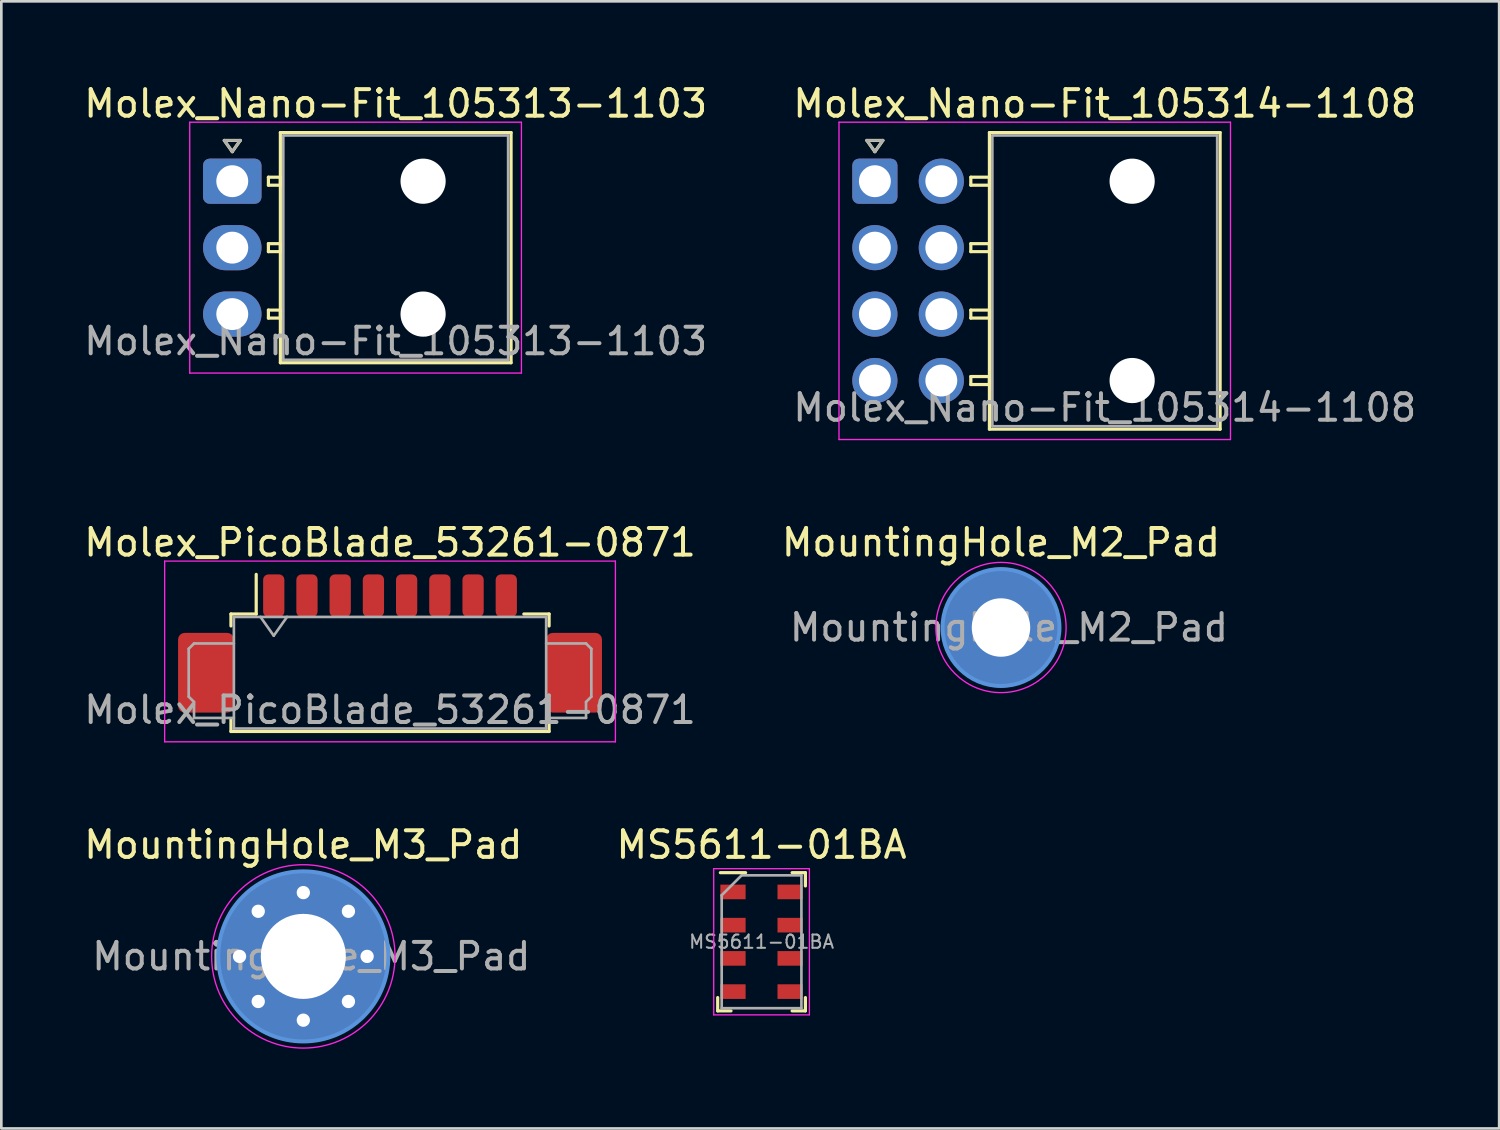
<source format=kicad_pcb>
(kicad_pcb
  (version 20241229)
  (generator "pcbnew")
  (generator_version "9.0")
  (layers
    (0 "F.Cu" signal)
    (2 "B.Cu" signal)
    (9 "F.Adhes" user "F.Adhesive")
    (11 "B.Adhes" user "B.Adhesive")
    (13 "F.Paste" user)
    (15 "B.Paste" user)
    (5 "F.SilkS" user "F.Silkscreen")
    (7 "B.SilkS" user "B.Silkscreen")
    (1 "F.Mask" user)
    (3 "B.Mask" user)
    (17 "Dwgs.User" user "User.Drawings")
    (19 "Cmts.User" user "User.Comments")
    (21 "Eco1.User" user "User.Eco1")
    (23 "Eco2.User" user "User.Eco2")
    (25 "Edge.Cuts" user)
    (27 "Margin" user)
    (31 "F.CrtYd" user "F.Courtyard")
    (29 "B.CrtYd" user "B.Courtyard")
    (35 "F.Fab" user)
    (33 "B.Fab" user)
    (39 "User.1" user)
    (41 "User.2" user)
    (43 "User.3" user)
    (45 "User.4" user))
  (footprint "MS5611-01BA"
    (layer "F.Cu")
    (at 25.604 32.385)
    (property "Reference" "MS5611-01BA" (at 0 -3.65 0) (layer "F.SilkS") (effects (font (size 1 1) (thickness 0.15))))
    (attr smd)
    (fp_line (start -1.65 2.6) (end -1.65 2.1) (stroke (width 0.12) (type solid)) (layer "F.SilkS"))
    (fp_line (start -1.55 -2.6) (end -0.6 -2.6) (stroke (width 0.12) (type solid)) (layer "F.SilkS"))
    (fp_line (start -1.15 2.6) (end -1.65 2.6) (stroke (width 0.12) (type solid)) (layer "F.SilkS"))
    (fp_line (start 1.15 -2.6) (end 1.65 -2.6) (stroke (width 0.12) (type solid)) (layer "F.SilkS"))
    (fp_line (start 1.65 -2.6) (end 1.65 -2.1) (stroke (width 0.12) (type solid)) (layer "F.SilkS"))
    (fp_line (start 1.65 2.1) (end 1.65 2.6) (stroke (width 0.12) (type solid)) (layer "F.SilkS"))
    (fp_line (start 1.65 2.6) (end 1.15 2.6) (stroke (width 0.12) (type solid)) (layer "F.SilkS"))
    (fp_line (start -1.8 -2.75) (end -1.8 2.75) (stroke (width 0.05) (type solid)) (layer "F.CrtYd"))
    (fp_line (start -1.8 -2.75) (end 1.8 -2.75) (stroke (width 0.05) (type solid)) (layer "F.CrtYd"))
    (fp_line (start 1.8 2.75) (end -1.8 2.75) (stroke (width 0.05) (type solid)) (layer "F.CrtYd"))
    (fp_line (start 1.8 2.75) (end 1.8 -2.75) (stroke (width 0.05) (type solid)) (layer "F.CrtYd"))
    (fp_line (start -1.5 -1.75) (end -0.75 -2.5) (stroke (width 0.1) (type solid)) (layer "F.Fab"))
    (fp_line (start -1.5 2.5) (end -1.5 -1.75) (stroke (width 0.1) (type solid)) (layer "F.Fab"))
    (fp_line (start -0.75 -2.5) (end 1.5 -2.5) (stroke (width 0.1) (type solid)) (layer "F.Fab"))
    (fp_line (start 1.5 -2.5) (end 1.5 2.5) (stroke (width 0.1) (type solid)) (layer "F.Fab"))
    (fp_line (start 1.5 2.5) (end -1.5 2.5) (stroke (width 0.1) (type solid)) (layer "F.Fab"))
    (fp_text user "${REFERENCE}" (at 0 0 0) (layer "F.Fab") (effects (font (size 0.5 0.5) (thickness 0.075))))
    (pad "1" smd rect (at -1.075 -1.875) (size 0.95 0.55) (layers "F.Cu" "F.Mask" "F.Paste"))
    (pad "2" smd rect (at -1.075 -0.625) (size 0.95 0.55) (layers "F.Cu" "F.Mask" "F.Paste"))
    (pad "3" smd rect (at -1.075 0.625) (size 0.95 0.55) (layers "F.Cu" "F.Mask" "F.Paste"))
    (pad "4" smd rect (at -1.075 1.875) (size 0.95 0.55) (layers "F.Cu" "F.Mask" "F.Paste"))
    (pad "5" smd rect (at 1.075 1.875) (size 0.95 0.55) (layers "F.Cu" "F.Mask" "F.Paste"))
    (pad "6" smd rect (at 1.075 0.625) (size 0.95 0.55) (layers "F.Cu" "F.Mask" "F.Paste"))
    (pad "7" smd rect (at 1.075 -0.625) (size 0.95 0.55) (layers "F.Cu" "F.Mask" "F.Paste"))
    (pad "8" smd rect (at 1.075 -1.875) (size 0.95 0.55) (layers "F.Cu" "F.Mask" "F.Paste")))
  (footprint "Molex_Nano-Fit_105313-1103"
    (layer "F.Cu")
    (at 5.689 3.768)
    (property "Reference" "Molex_Nano-Fit_105313-1103" (at 6.15 -2.92 0) (layer "F.SilkS") (effects (font (size 1 1) (thickness 0.15))))
    (attr through_hole)
    (fp_line (start -0.3 -1.534) (end 0 -1.11) (stroke (width 0.12) (type solid)) (layer "F.SilkS"))
    (fp_line (start 0 -1.11) (end 0.3 -1.534) (stroke (width 0.12) (type solid)) (layer "F.SilkS"))
    (fp_line (start 0.3 -1.534) (end -0.3 -1.534) (stroke (width 0.12) (type solid)) (layer "F.SilkS"))
    (fp_line (start 1.36 -0.15) (end 1.36 0.15) (stroke (width 0.12) (type solid)) (layer "F.SilkS"))
    (fp_line (start 1.36 0.15) (end 1.81 0.15) (stroke (width 0.12) (type solid)) (layer "F.SilkS"))
    (fp_line (start 1.36 2.35) (end 1.36 2.65) (stroke (width 0.12) (type solid)) (layer "F.SilkS"))
    (fp_line (start 1.36 2.65) (end 1.81 2.65) (stroke (width 0.12) (type solid)) (layer "F.SilkS"))
    (fp_line (start 1.36 4.85) (end 1.36 5.15) (stroke (width 0.12) (type solid)) (layer "F.SilkS"))
    (fp_line (start 1.36 5.15) (end 1.81 5.15) (stroke (width 0.12) (type solid)) (layer "F.SilkS"))
    (fp_line (start 1.81 -1.83) (end 1.81 6.83) (stroke (width 0.12) (type solid)) (layer "F.SilkS"))
    (fp_line (start 1.81 -0.15) (end 1.36 -0.15) (stroke (width 0.12) (type solid)) (layer "F.SilkS"))
    (fp_line (start 1.81 0.15) (end 1.81 -0.15) (stroke (width 0.12) (type solid)) (layer "F.SilkS"))
    (fp_line (start 1.81 2.35) (end 1.36 2.35) (stroke (width 0.12) (type solid)) (layer "F.SilkS"))
    (fp_line (start 1.81 2.65) (end 1.81 2.35) (stroke (width 0.12) (type solid)) (layer "F.SilkS"))
    (fp_line (start 1.81 4.85) (end 1.36 4.85) (stroke (width 0.12) (type solid)) (layer "F.SilkS"))
    (fp_line (start 1.81 5.15) (end 1.81 4.85) (stroke (width 0.12) (type solid)) (layer "F.SilkS"))
    (fp_line (start 1.81 6.83) (end 10.49 6.83) (stroke (width 0.12) (type solid)) (layer "F.SilkS"))
    (fp_line (start 10.49 -1.83) (end 1.81 -1.83) (stroke (width 0.12) (type solid)) (layer "F.SilkS"))
    (fp_line (start 10.49 6.83) (end 10.49 -1.83) (stroke (width 0.12) (type solid)) (layer "F.SilkS"))
    (fp_line (start -1.6 -2.22) (end -1.6 7.22) (stroke (width 0.05) (type solid)) (layer "F.CrtYd"))
    (fp_line (start -1.6 7.22) (end 10.88 7.22) (stroke (width 0.05) (type solid)) (layer "F.CrtYd"))
    (fp_line (start 10.88 -2.22) (end -1.6 -2.22) (stroke (width 0.05) (type solid)) (layer "F.CrtYd"))
    (fp_line (start 10.88 7.22) (end 10.88 -2.22) (stroke (width 0.05) (type solid)) (layer "F.CrtYd"))
    (fp_line (start -0.3 -1.534) (end 0 -1.11) (stroke (width 0.1) (type solid)) (layer "F.Fab"))
    (fp_line (start 0 -1.11) (end 0.3 -1.534) (stroke (width 0.1) (type solid)) (layer "F.Fab"))
    (fp_line (start 0.3 -1.534) (end -0.3 -1.534) (stroke (width 0.1) (type solid)) (layer "F.Fab"))
    (fp_line (start 1.92 -1.72) (end 1.92 6.72) (stroke (width 0.1) (type solid)) (layer "F.Fab"))
    (fp_line (start 1.92 6.72) (end 10.38 6.72) (stroke (width 0.1) (type solid)) (layer "F.Fab"))
    (fp_line (start 10.38 -1.72) (end 1.92 -1.72) (stroke (width 0.1) (type solid)) (layer "F.Fab"))
    (fp_line (start 10.38 6.72) (end 10.38 -1.72) (stroke (width 0.1) (type solid)) (layer "F.Fab"))
    (fp_text user "${REFERENCE}" (at 6.15 6.02 0) (layer "F.Fab") (effects (font (size 1 1) (thickness 0.15))))
    (pad "" np_thru_hole circle (at 7.18 0) (size 1.7 1.7) (drill 1.7) (layers "*.Cu" "*.Mask"))
    (pad "" np_thru_hole circle (at 7.18 5) (size 1.7 1.7) (drill 1.7) (layers "*.Cu" "*.Mask"))
    (pad "1" thru_hole roundrect (at 0 0) (size 2.2 1.7) (drill 1.2) (layers "*.Cu" "*.Mask") (roundrect_rratio 0.147))
    (pad "2" thru_hole oval (at 0 2.5) (size 2.2 1.7) (drill 1.2) (layers "*.Cu" "*.Mask"))
    (pad "3" thru_hole oval (at 0 5) (size 2.2 1.7) (drill 1.2) (layers "*.Cu" "*.Mask")))
  (footprint "MountingHole_M3_Pad"
    (layer "F.Cu")
    (at 8.363 32.935)
    (property "Reference" "MountingHole_M3_Pad" (at 0 -4.2 0) (layer "F.SilkS") (effects (font (size 1 1) (thickness 0.15))))
    (attr exclude_from_pos_files exclude_from_bom)
    (fp_circle (center 0 0) (end 3.2 0) (stroke (width 0.15) (type solid)) (fill no) (layer "Cmts.User"))
    (fp_circle (center 0 0) (end 3.45 0) (stroke (width 0.05) (type solid)) (fill no) (layer "F.CrtYd"))
    (fp_text user "${REFERENCE}" (at 0.3 0 0) (layer "F.Fab") (effects (font (size 1 1) (thickness 0.15))))
    (pad "1" thru_hole circle (at -2.4 0) (size 0.8 0.8) (drill 0.5) (layers "*.Cu" "*.Mask"))
    (pad "1" thru_hole circle (at -1.697 -1.697) (size 0.8 0.8) (drill 0.5) (layers "*.Cu" "*.Mask"))
    (pad "1" thru_hole circle (at -1.697 1.697) (size 0.8 0.8) (drill 0.5) (layers "*.Cu" "*.Mask"))
    (pad "1" thru_hole circle (at 0 -2.4) (size 0.8 0.8) (drill 0.5) (layers "*.Cu" "*.Mask"))
    (pad "1" thru_hole circle (at 0 0) (size 6.4 6.4) (drill 3.2) (layers "*.Cu" "*.Mask"))
    (pad "1" thru_hole circle (at 0 2.4) (size 0.8 0.8) (drill 0.5) (layers "*.Cu" "*.Mask"))
    (pad "1" thru_hole circle (at 1.697 -1.697) (size 0.8 0.8) (drill 0.5) (layers "*.Cu" "*.Mask"))
    (pad "1" thru_hole circle (at 1.697 1.697) (size 0.8 0.8) (drill 0.5) (layers "*.Cu" "*.Mask"))
    (pad "1" thru_hole circle (at 2.4 0) (size 0.8 0.8) (drill 0.5) (layers "*.Cu" "*.Mask")))
  (footprint "MountingHole_M2_Pad"
    (layer "F.Cu")
    (at 34.613 20.561)
    (property "Reference" "MountingHole_M2_Pad" (at 0 -3.2 0) (layer "F.SilkS") (effects (font (size 1 1) (thickness 0.15))))
    (attr exclude_from_pos_files exclude_from_bom)
    (fp_circle (center 0 0) (end 2.2 0) (stroke (width 0.15) (type solid)) (fill no) (layer "Cmts.User"))
    (fp_circle (center 0 0) (end 2.45 0) (stroke (width 0.05) (type solid)) (fill no) (layer "F.CrtYd"))
    (fp_text user "${REFERENCE}" (at 0.3 0 0) (layer "F.Fab") (effects (font (size 1 1) (thickness 0.15))))
    (pad "1" thru_hole circle (at 0 0) (size 4.4 4.4) (drill 2.2) (layers "*.Cu" "*.Mask")))
  (footprint "Molex_PicoBlade_53261-0871"
    (layer "F.Cu")
    (at 11.625 21.762)
    (property "Reference" "Molex_PicoBlade_53261-0871" (at 0 -4.4 0) (layer "F.SilkS") (effects (font (size 1 1) (thickness 0.15))))
    (attr smd)
    (fp_line (start -5.985 -1.71) (end -5.035 -1.71) (stroke (width 0.12) (type solid)) (layer "F.SilkS"))
    (fp_line (start -5.985 -1.26) (end -5.985 -1.71) (stroke (width 0.12) (type solid)) (layer "F.SilkS"))
    (fp_line (start -5.985 2.26) (end -5.985 2.71) (stroke (width 0.12) (type solid)) (layer "F.SilkS"))
    (fp_line (start -5.985 2.71) (end 5.985 2.71) (stroke (width 0.12) (type solid)) (layer "F.SilkS"))
    (fp_line (start -5.035 -1.71) (end -5.035 -3.2) (stroke (width 0.12) (type solid)) (layer "F.SilkS"))
    (fp_line (start 5.985 -1.71) (end 5.035 -1.71) (stroke (width 0.12) (type solid)) (layer "F.SilkS"))
    (fp_line (start 5.985 -1.26) (end 5.985 -1.71) (stroke (width 0.12) (type solid)) (layer "F.SilkS"))
    (fp_line (start 5.985 2.71) (end 5.985 2.26) (stroke (width 0.12) (type solid)) (layer "F.SilkS"))
    (fp_line (start -8.48 -3.7) (end -8.48 3.1) (stroke (width 0.05) (type solid)) (layer "F.CrtYd"))
    (fp_line (start -8.48 3.1) (end 8.48 3.1) (stroke (width 0.05) (type solid)) (layer "F.CrtYd"))
    (fp_line (start 8.48 -3.7) (end -8.48 -3.7) (stroke (width 0.05) (type solid)) (layer "F.CrtYd"))
    (fp_line (start 8.48 3.1) (end 8.48 -3.7) (stroke (width 0.05) (type solid)) (layer "F.CrtYd"))
    (fp_line (start -7.575 -0.4) (end -7.575 1.4) (stroke (width 0.1) (type solid)) (layer "F.Fab"))
    (fp_line (start -7.575 1.4) (end -7.375 1.6) (stroke (width 0.1) (type solid)) (layer "F.Fab"))
    (fp_line (start -7.375 -0.6) (end -7.575 -0.4) (stroke (width 0.1) (type solid)) (layer "F.Fab"))
    (fp_line (start -7.375 1.6) (end -7.375 2.2) (stroke (width 0.1) (type solid)) (layer "F.Fab"))
    (fp_line (start -7.375 2.2) (end -5.875 2.2) (stroke (width 0.1) (type solid)) (layer "F.Fab"))
    (fp_line (start -5.875 -1.6) (end -5.875 2.6) (stroke (width 0.1) (type solid)) (layer "F.Fab"))
    (fp_line (start -5.875 -1.6) (end 5.875 -1.6) (stroke (width 0.1) (type solid)) (layer "F.Fab"))
    (fp_line (start -5.875 -0.6) (end -7.375 -0.6) (stroke (width 0.1) (type solid)) (layer "F.Fab"))
    (fp_line (start -5.875 2.6) (end 5.875 2.6) (stroke (width 0.1) (type solid)) (layer "F.Fab"))
    (fp_line (start -4.875 -1.6) (end -4.375 -0.893) (stroke (width 0.1) (type solid)) (layer "F.Fab"))
    (fp_line (start -4.375 -0.893) (end -3.875 -1.6) (stroke (width 0.1) (type solid)) (layer "F.Fab"))
    (fp_line (start 5.875 -1.6) (end 5.875 2.6) (stroke (width 0.1) (type solid)) (layer "F.Fab"))
    (fp_line (start 5.875 -0.6) (end 7.375 -0.6) (stroke (width 0.1) (type solid)) (layer "F.Fab"))
    (fp_line (start 7.375 -0.6) (end 7.575 -0.4) (stroke (width 0.1) (type solid)) (layer "F.Fab"))
    (fp_line (start 7.375 1.6) (end 7.375 2.2) (stroke (width 0.1) (type solid)) (layer "F.Fab"))
    (fp_line (start 7.375 2.2) (end 5.875 2.2) (stroke (width 0.1) (type solid)) (layer "F.Fab"))
    (fp_line (start 7.575 -0.4) (end 7.575 1.4) (stroke (width 0.1) (type solid)) (layer "F.Fab"))
    (fp_line (start 7.575 1.4) (end 7.375 1.6) (stroke (width 0.1) (type solid)) (layer "F.Fab"))
    (fp_text user "${REFERENCE}" (at 0 1.9 0) (layer "F.Fab") (effects (font (size 1 1) (thickness 0.15))))
    (pad "1" smd roundrect (at -4.375 -2.4) (size 0.8 1.6) (layers "F.Cu" "F.Mask" "F.Paste") (roundrect_rratio 0.25))
    (pad "2" smd roundrect (at -3.125 -2.4) (size 0.8 1.6) (layers "F.Cu" "F.Mask" "F.Paste") (roundrect_rratio 0.25))
    (pad "3" smd roundrect (at -1.875 -2.4) (size 0.8 1.6) (layers "F.Cu" "F.Mask" "F.Paste") (roundrect_rratio 0.25))
    (pad "4" smd roundrect (at -0.625 -2.4) (size 0.8 1.6) (layers "F.Cu" "F.Mask" "F.Paste") (roundrect_rratio 0.25))
    (pad "5" smd roundrect (at 0.625 -2.4) (size 0.8 1.6) (layers "F.Cu" "F.Mask" "F.Paste") (roundrect_rratio 0.25))
    (pad "6" smd roundrect (at 1.875 -2.4) (size 0.8 1.6) (layers "F.Cu" "F.Mask" "F.Paste") (roundrect_rratio 0.25))
    (pad "7" smd roundrect (at 3.125 -2.4) (size 0.8 1.6) (layers "F.Cu" "F.Mask" "F.Paste") (roundrect_rratio 0.25))
    (pad "8" smd roundrect (at 4.375 -2.4) (size 0.8 1.6) (layers "F.Cu" "F.Mask" "F.Paste") (roundrect_rratio 0.25))
    (pad "MP" smd roundrect (at -6.925 0.5) (size 2.1 3) (layers "F.Cu" "F.Mask" "F.Paste") (roundrect_rratio 0.119))
    (pad "MP" smd roundrect (at 6.925 0.5) (size 2.1 3) (layers "F.Cu" "F.Mask" "F.Paste") (roundrect_rratio 0.119)))
  (footprint "Molex_Nano-Fit_105314-1108"
    (layer "F.Cu")
    (at 29.868 3.768)
    (property "Reference" "Molex_Nano-Fit_105314-1108" (at 8.65 -2.92 0) (layer "F.SilkS") (effects (font (size 1 1) (thickness 0.15))))
    (attr through_hole)
    (fp_line (start -0.3 -1.534) (end 0 -1.11) (stroke (width 0.12) (type solid)) (layer "F.SilkS"))
    (fp_line (start 0 -1.11) (end 0.3 -1.534) (stroke (width 0.12) (type solid)) (layer "F.SilkS"))
    (fp_line (start 0.3 -1.534) (end -0.3 -1.534) (stroke (width 0.12) (type solid)) (layer "F.SilkS"))
    (fp_line (start 3.61 -0.15) (end 3.61 0.15) (stroke (width 0.12) (type solid)) (layer "F.SilkS"))
    (fp_line (start 3.61 0.15) (end 4.31 0.15) (stroke (width 0.12) (type solid)) (layer "F.SilkS"))
    (fp_line (start 3.61 2.35) (end 3.61 2.65) (stroke (width 0.12) (type solid)) (layer "F.SilkS"))
    (fp_line (start 3.61 2.65) (end 4.31 2.65) (stroke (width 0.12) (type solid)) (layer "F.SilkS"))
    (fp_line (start 3.61 4.85) (end 3.61 5.15) (stroke (width 0.12) (type solid)) (layer "F.SilkS"))
    (fp_line (start 3.61 5.15) (end 4.31 5.15) (stroke (width 0.12) (type solid)) (layer "F.SilkS"))
    (fp_line (start 3.61 7.35) (end 3.61 7.65) (stroke (width 0.12) (type solid)) (layer "F.SilkS"))
    (fp_line (start 3.61 7.65) (end 4.31 7.65) (stroke (width 0.12) (type solid)) (layer "F.SilkS"))
    (fp_line (start 4.31 -1.83) (end 4.31 9.33) (stroke (width 0.12) (type solid)) (layer "F.SilkS"))
    (fp_line (start 4.31 -0.15) (end 3.61 -0.15) (stroke (width 0.12) (type solid)) (layer "F.SilkS"))
    (fp_line (start 4.31 0.15) (end 4.31 -0.15) (stroke (width 0.12) (type solid)) (layer "F.SilkS"))
    (fp_line (start 4.31 2.35) (end 3.61 2.35) (stroke (width 0.12) (type solid)) (layer "F.SilkS"))
    (fp_line (start 4.31 2.65) (end 4.31 2.35) (stroke (width 0.12) (type solid)) (layer "F.SilkS"))
    (fp_line (start 4.31 4.85) (end 3.61 4.85) (stroke (width 0.12) (type solid)) (layer "F.SilkS"))
    (fp_line (start 4.31 5.15) (end 4.31 4.85) (stroke (width 0.12) (type solid)) (layer "F.SilkS"))
    (fp_line (start 4.31 7.35) (end 3.61 7.35) (stroke (width 0.12) (type solid)) (layer "F.SilkS"))
    (fp_line (start 4.31 7.65) (end 4.31 7.35) (stroke (width 0.12) (type solid)) (layer "F.SilkS"))
    (fp_line (start 4.31 9.33) (end 12.99 9.33) (stroke (width 0.12) (type solid)) (layer "F.SilkS"))
    (fp_line (start 12.99 -1.83) (end 4.31 -1.83) (stroke (width 0.12) (type solid)) (layer "F.SilkS"))
    (fp_line (start 12.99 9.33) (end 12.99 -1.83) (stroke (width 0.12) (type solid)) (layer "F.SilkS"))
    (fp_line (start -1.35 -2.22) (end -1.35 9.72) (stroke (width 0.05) (type solid)) (layer "F.CrtYd"))
    (fp_line (start -1.35 9.72) (end 13.38 9.72) (stroke (width 0.05) (type solid)) (layer "F.CrtYd"))
    (fp_line (start 13.38 -2.22) (end -1.35 -2.22) (stroke (width 0.05) (type solid)) (layer "F.CrtYd"))
    (fp_line (start 13.38 9.72) (end 13.38 -2.22) (stroke (width 0.05) (type solid)) (layer "F.CrtYd"))
    (fp_line (start -0.3 -1.534) (end 0 -1.11) (stroke (width 0.1) (type solid)) (layer "F.Fab"))
    (fp_line (start 0 -1.11) (end 0.3 -1.534) (stroke (width 0.1) (type solid)) (layer "F.Fab"))
    (fp_line (start 0.3 -1.534) (end -0.3 -1.534) (stroke (width 0.1) (type solid)) (layer "F.Fab"))
    (fp_line (start 4.42 -1.72) (end 4.42 9.22) (stroke (width 0.1) (type solid)) (layer "F.Fab"))
    (fp_line (start 4.42 9.22) (end 12.88 9.22) (stroke (width 0.1) (type solid)) (layer "F.Fab"))
    (fp_line (start 12.88 -1.72) (end 4.42 -1.72) (stroke (width 0.1) (type solid)) (layer "F.Fab"))
    (fp_line (start 12.88 9.22) (end 12.88 -1.72) (stroke (width 0.1) (type solid)) (layer "F.Fab"))
    (fp_text user "${REFERENCE}" (at 8.65 8.52 0) (layer "F.Fab") (effects (font (size 1 1) (thickness 0.15))))
    (pad "" np_thru_hole circle (at 9.68 0) (size 1.7 1.7) (drill 1.7) (layers "*.Cu" "*.Mask"))
    (pad "" np_thru_hole circle (at 9.68 7.5) (size 1.7 1.7) (drill 1.7) (layers "*.Cu" "*.Mask"))
    (pad "1" thru_hole roundrect (at 0 0) (size 1.7 1.7) (drill 1.2) (layers "*.Cu" "*.Mask") (roundrect_rratio 0.147))
    (pad "2" thru_hole circle (at 2.5 0) (size 1.7 1.7) (drill 1.2) (layers "*.Cu" "*.Mask"))
    (pad "3" thru_hole circle (at 0 2.5) (size 1.7 1.7) (drill 1.2) (layers "*.Cu" "*.Mask"))
    (pad "4" thru_hole circle (at 2.5 2.5) (size 1.7 1.7) (drill 1.2) (layers "*.Cu" "*.Mask"))
    (pad "5" thru_hole circle (at 0 5) (size 1.7 1.7) (drill 1.2) (layers "*.Cu" "*.Mask"))
    (pad "6" thru_hole circle (at 2.5 5) (size 1.7 1.7) (drill 1.2) (layers "*.Cu" "*.Mask"))
    (pad "7" thru_hole circle (at 0 7.5) (size 1.7 1.7) (drill 1.2) (layers "*.Cu" "*.Mask"))
    (pad "8" thru_hole circle (at 2.5 7.5) (size 1.7 1.7) (drill 1.2) (layers "*.Cu" "*.Mask")))
  (gr_rect
    (start -3 -3)
    (end 53.357 39.41)
    (stroke (width 0.1) (type default))
    (fill no)
    (layer "Edge.Cuts")))
</source>
